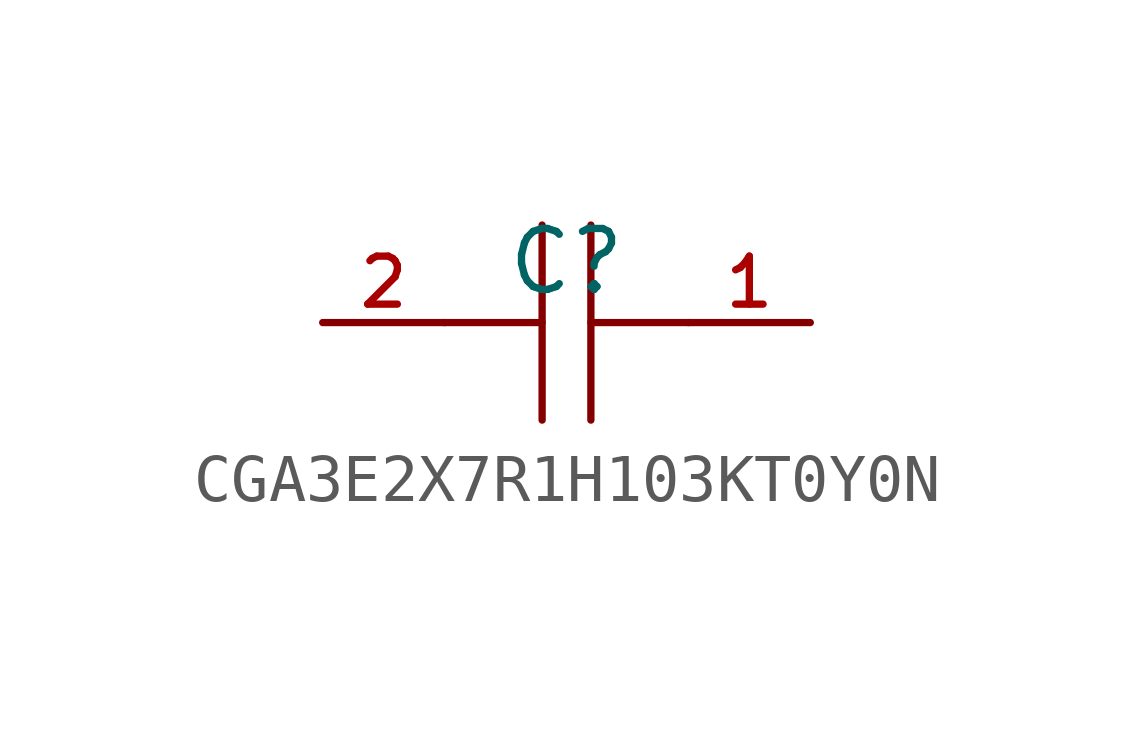
<source format=kicad_sym>
(kicad_symbol_lib
  (version 20210201)
  (generator TousstNicolas/JLC2KiCad_lib)
  (symbol "CGA3E2X7R1H103KT0Y0N"
    (pin_names hide)
    (property "Reference" "C"
      (at 0 1.27 0)
      (effects (font (size 1.27 1.27))))
    (symbol "CGA3E2X7R1H103KT0Y0N_0_1"
      (polyline (pts (xy 0.508 2.032) (xy 0.508 -2.032)) (stroke (width 0) (type default) (color 0 0 0 0)) (fill (type none)))
      (pin unspecified line (at 5.08 -0.0 180) (length 2.54) (name "1" (effects (font (size 1 1)))) (number "1" (effects (font (size 1 1)))))
      (polyline (pts (xy -2.54 -0.0) (xy -0.508 -0.0)) (stroke (width 0) (type default) (color 0 0 0 0)) (fill (type none)))
      (polyline (pts (xy -0.508 -2.032) (xy -0.508 2.032)) (stroke (width 0) (type default) (color 0 0 0 0)) (fill (type none)))
      (pin unspecified line (at -5.08 -0.0 0) (length 2.54) (name "2" (effects (font (size 1 1)))) (number "2" (effects (font (size 1 1)))))
      (polyline (pts (xy 0.508 -0.0) (xy 2.54 -0.0)) (stroke (width 0) (type default) (color 0 0 0 0)) (fill (type none))))))
</source>
